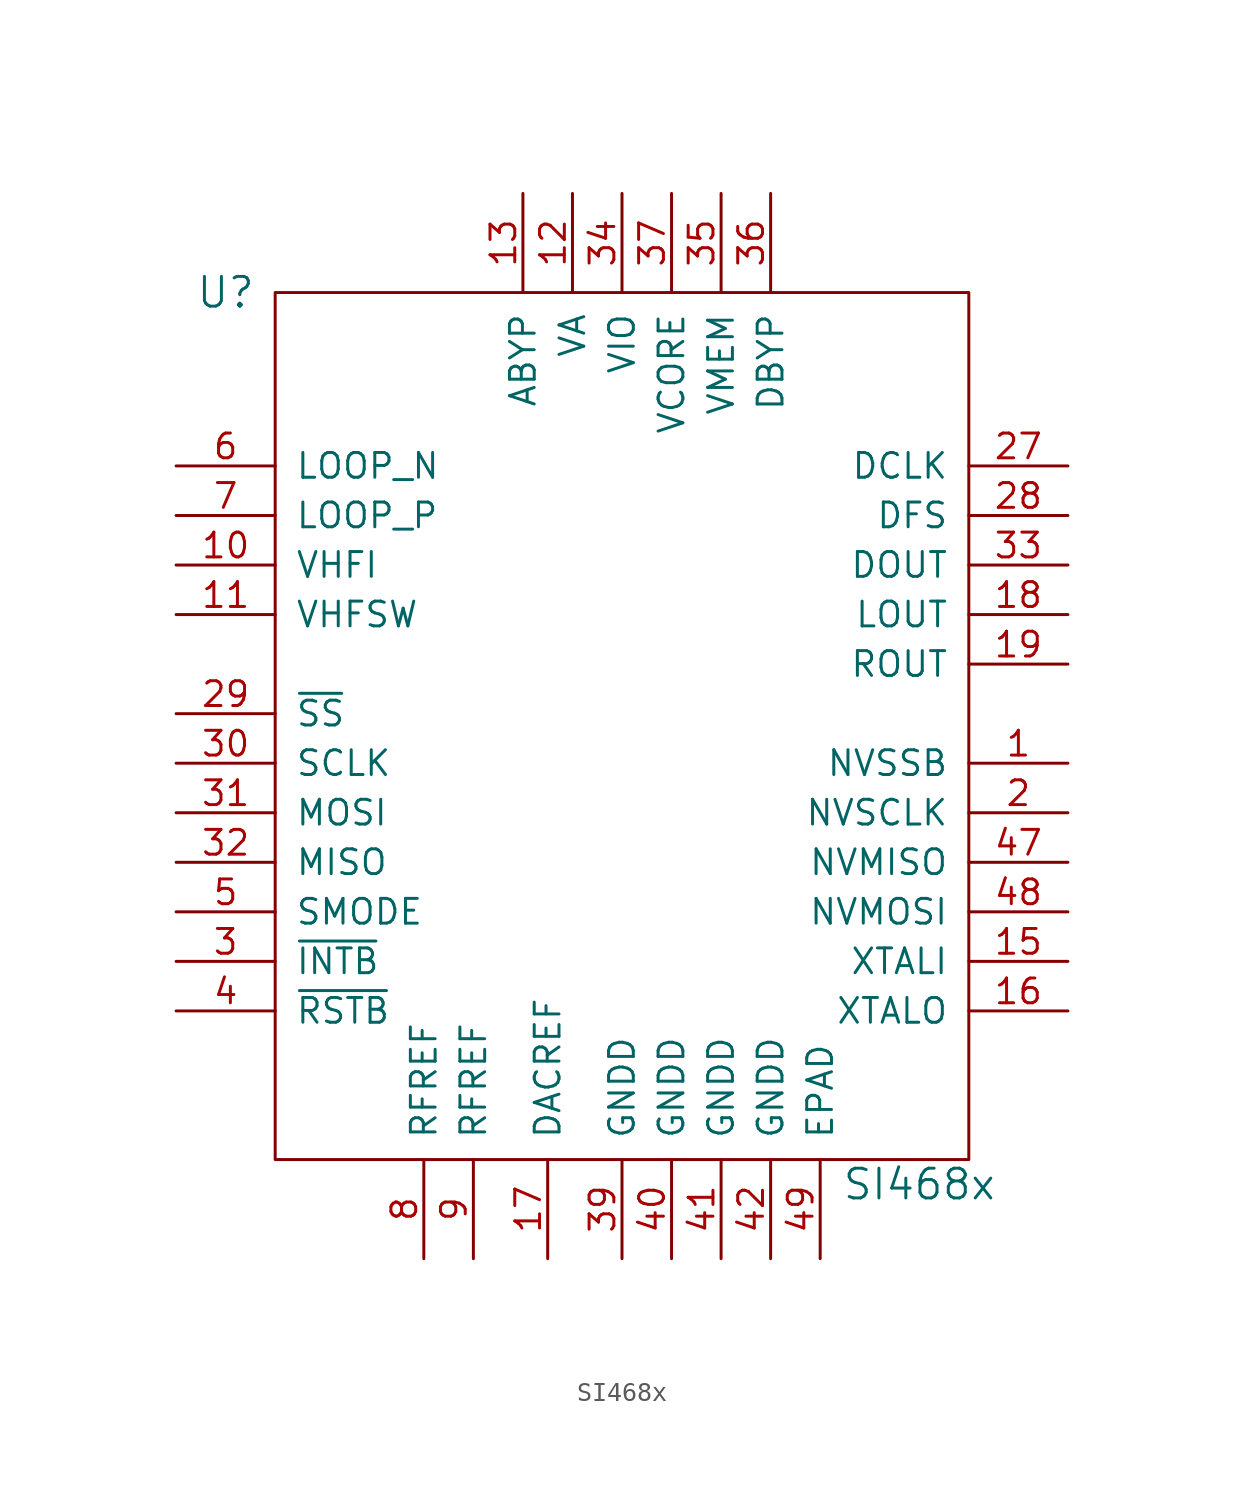
<source format=kicad_sym>
(kicad_symbol_lib
  (version 20211014)
  (generator kicad_symbol_editor)
  (symbol "SI468x"
    (pin_names
      (offset 1.016))
    (property "Reference" "U"
      (at 2.54 8.89 0)
      (effects (font (size 1.524 1.524))))
    (property "Value" "SI468x"
      (at 38.1 -36.83 0)
      (effects (font (size 1.524 1.524))))
    (property "Footprint" ""
      (at 0 0 0)
      (effects (font (size 1.524 1.524))))
    (property "Datasheet" ""
      (at 0 0 0)
      (effects (font (size 1.524 1.524))))
    (symbol "SI468x_0_1"
      (rectangle (start 5.08 8.89) (end 40.64 -35.56) (stroke (width 0) (type default) (color 0 0 0 0)) (fill (type none))))
    (symbol "SI468x_1_1"
      (pin output line (at 45.72 -15.24 180) (length 5.08) (name "NVSSB" (effects (font (size 1.27 1.27)))) (number "1" (effects (font (size 1.27 1.27)))))
      (pin input line (at 0 -5.08 0) (length 5.08) (name "VHFI" (effects (font (size 1.27 1.27)))) (number "10" (effects (font (size 1.27 1.27)))))
      (pin output line (at 0 -7.62 0) (length 5.08) (name "VHFSW" (effects (font (size 1.27 1.27)))) (number "11" (effects (font (size 1.27 1.27)))))
      (pin power_in line (at 20.32 13.97 270) (length 5.08) (name "VA" (effects (font (size 1.27 1.27)))) (number "12" (effects (font (size 1.27 1.27)))))
      (pin power_out line (at 17.78 13.97 270) (length 5.08) (name "ABYP" (effects (font (size 1.27 1.27)))) (number "13" (effects (font (size 1.27 1.27)))))
      (pin no_connect line (at 7.62 13.97 270) (length 5.08) hide (name "NC" (effects (font (size 1.27 1.27)))) (number "14" (effects (font (size 1.27 1.27)))))
      (pin input line (at 45.72 -25.4 180) (length 5.08) (name "XTALI" (effects (font (size 1.27 1.27)))) (number "15" (effects (font (size 1.27 1.27)))))
      (pin output line (at 45.72 -27.94 180) (length 5.08) (name "XTALO" (effects (font (size 1.27 1.27)))) (number "16" (effects (font (size 1.27 1.27)))))
      (pin power_out line (at 19.05 -40.64 90) (length 5.08) (name "DACREF" (effects (font (size 1.27 1.27)))) (number "17" (effects (font (size 1.27 1.27)))))
      (pin output line (at 45.72 -7.62 180) (length 5.08) (name "LOUT" (effects (font (size 1.27 1.27)))) (number "18" (effects (font (size 1.27 1.27)))))
      (pin output line (at 45.72 -10.16 180) (length 5.08) (name "ROUT" (effects (font (size 1.27 1.27)))) (number "19" (effects (font (size 1.27 1.27)))))
      (pin output line (at 45.72 -17.78 180) (length 5.08) (name "NVSCLK" (effects (font (size 1.27 1.27)))) (number "2" (effects (font (size 1.27 1.27)))))
      (pin no_connect line (at 10.16 13.97 270) (length 5.08) hide (name "NC" (effects (font (size 1.27 1.27)))) (number "20" (effects (font (size 1.27 1.27)))))
      (pin no_connect line (at 12.7 13.97 270) (length 5.08) hide (name "NC" (effects (font (size 1.27 1.27)))) (number "21" (effects (font (size 1.27 1.27)))))
      (pin no_connect line (at 15.24 13.97 270) (length 5.08) hide (name "NC" (effects (font (size 1.27 1.27)))) (number "22" (effects (font (size 1.27 1.27)))))
      (pin no_connect line (at 33.02 13.97 270) (length 5.08) hide (name "NC" (effects (font (size 1.27 1.27)))) (number "23" (effects (font (size 1.27 1.27)))))
      (pin no_connect line (at 35.56 13.97 270) (length 5.08) hide (name "NC" (effects (font (size 1.27 1.27)))) (number "24" (effects (font (size 1.27 1.27)))))
      (pin no_connect line (at 38.1 13.97 270) (length 5.08) hide (name "NC" (effects (font (size 1.27 1.27)))) (number "25" (effects (font (size 1.27 1.27)))))
      (pin no_connect line (at 0 2.54 0) (length 5.08) hide (name "NC" (effects (font (size 1.27 1.27)))) (number "26" (effects (font (size 1.27 1.27)))))
      (pin tri_state line (at 45.72 0 180) (length 5.08) (name "DCLK" (effects (font (size 1.27 1.27)))) (number "27" (effects (font (size 1.27 1.27)))))
      (pin tri_state line (at 45.72 -2.54 180) (length 5.08) (name "DFS" (effects (font (size 1.27 1.27)))) (number "28" (effects (font (size 1.27 1.27)))))
      (pin input line (at 0 -12.7 0) (length 5.08) (name "~{SS}" (effects (font (size 1.27 1.27)))) (number "29" (effects (font (size 1.27 1.27)))))
      (pin output line (at 0 -25.4 0) (length 5.08) (name "~{INTB}" (effects (font (size 1.27 1.27)))) (number "3" (effects (font (size 1.27 1.27)))))
      (pin input line (at 0 -15.24 0) (length 5.08) (name "SCLK" (effects (font (size 1.27 1.27)))) (number "30" (effects (font (size 1.27 1.27)))))
      (pin bidirectional line (at 0 -17.78 0) (length 5.08) (name "MOSI" (effects (font (size 1.27 1.27)))) (number "31" (effects (font (size 1.27 1.27)))))
      (pin bidirectional line (at 0 -20.32 0) (length 5.08) (name "MISO" (effects (font (size 1.27 1.27)))) (number "32" (effects (font (size 1.27 1.27)))))
      (pin output line (at 45.72 -5.08 180) (length 5.08) (name "DOUT" (effects (font (size 1.27 1.27)))) (number "33" (effects (font (size 1.27 1.27)))))
      (pin power_in line (at 22.86 13.97 270) (length 5.08) (name "VIO" (effects (font (size 1.27 1.27)))) (number "34" (effects (font (size 1.27 1.27)))))
      (pin power_in line (at 27.94 13.97 270) (length 5.08) (name "VMEM" (effects (font (size 1.27 1.27)))) (number "35" (effects (font (size 1.27 1.27)))))
      (pin power_out line (at 30.48 13.97 270) (length 5.08) (name "DBYP" (effects (font (size 1.27 1.27)))) (number "36" (effects (font (size 1.27 1.27)))))
      (pin power_in line (at 25.4 13.97 270) (length 5.08) (name "VCORE" (effects (font (size 1.27 1.27)))) (number "37" (effects (font (size 1.27 1.27)))))
      (pin no_connect line (at 0 -10.16 0) (length 5.08) hide (name "NC" (effects (font (size 1.27 1.27)))) (number "38" (effects (font (size 1.27 1.27)))))
      (pin power_in line (at 22.86 -40.64 90) (length 5.08) (name "GNDD" (effects (font (size 1.27 1.27)))) (number "39" (effects (font (size 1.27 1.27)))))
      (pin input line (at 0 -27.94 0) (length 5.08) (name "~{RSTB}" (effects (font (size 1.27 1.27)))) (number "4" (effects (font (size 1.27 1.27)))))
      (pin power_in line (at 25.4 -40.64 90) (length 5.08) (name "GNDD" (effects (font (size 1.27 1.27)))) (number "40" (effects (font (size 1.27 1.27)))))
      (pin power_in line (at 27.94 -40.64 90) (length 5.08) (name "GNDD" (effects (font (size 1.27 1.27)))) (number "41" (effects (font (size 1.27 1.27)))))
      (pin power_in line (at 30.48 -40.64 90) (length 5.08) (name "GNDD" (effects (font (size 1.27 1.27)))) (number "42" (effects (font (size 1.27 1.27)))))
      (pin no_connect line (at 0 -30.48 0) (length 5.08) hide (name "NC" (effects (font (size 1.27 1.27)))) (number "43" (effects (font (size 1.27 1.27)))))
      (pin no_connect line (at 0 -33.02 0) (length 5.08) hide (name "NC" (effects (font (size 1.27 1.27)))) (number "44" (effects (font (size 1.27 1.27)))))
      (pin no_connect line (at 45.72 -12.7 180) (length 5.08) hide (name "NC" (effects (font (size 1.27 1.27)))) (number "45" (effects (font (size 1.27 1.27)))))
      (pin no_connect line (at 45.72 -30.48 180) (length 5.08) hide (name "NC" (effects (font (size 1.27 1.27)))) (number "46" (effects (font (size 1.27 1.27)))))
      (pin input line (at 45.72 -20.32 180) (length 5.08) (name "NVMISO" (effects (font (size 1.27 1.27)))) (number "47" (effects (font (size 1.27 1.27)))))
      (pin output line (at 45.72 -22.86 180) (length 5.08) (name "NVMOSI" (effects (font (size 1.27 1.27)))) (number "48" (effects (font (size 1.27 1.27)))))
      (pin power_in line (at 33.02 -40.64 90) (length 5.08) (name "EPAD" (effects (font (size 1.27 1.27)))) (number "49" (effects (font (size 1.27 1.27)))))
      (pin input line (at 0 -22.86 0) (length 5.08) (name "SMODE" (effects (font (size 1.27 1.27)))) (number "5" (effects (font (size 1.27 1.27)))))
      (pin input line (at 0 0 0) (length 5.08) (name "LOOP_N" (effects (font (size 1.27 1.27)))) (number "6" (effects (font (size 1.27 1.27)))))
      (pin input line (at 0 -2.54 0) (length 5.08) (name "LOOP_P" (effects (font (size 1.27 1.27)))) (number "7" (effects (font (size 1.27 1.27)))))
      (pin power_in line (at 12.7 -40.64 90) (length 5.08) (name "RFREF" (effects (font (size 1.27 1.27)))) (number "8" (effects (font (size 1.27 1.27)))))
      (pin power_in line (at 15.24 -40.64 90) (length 5.08) (name "RFREF" (effects (font (size 1.27 1.27)))) (number "9" (effects (font (size 1.27 1.27))))))))
</source>
